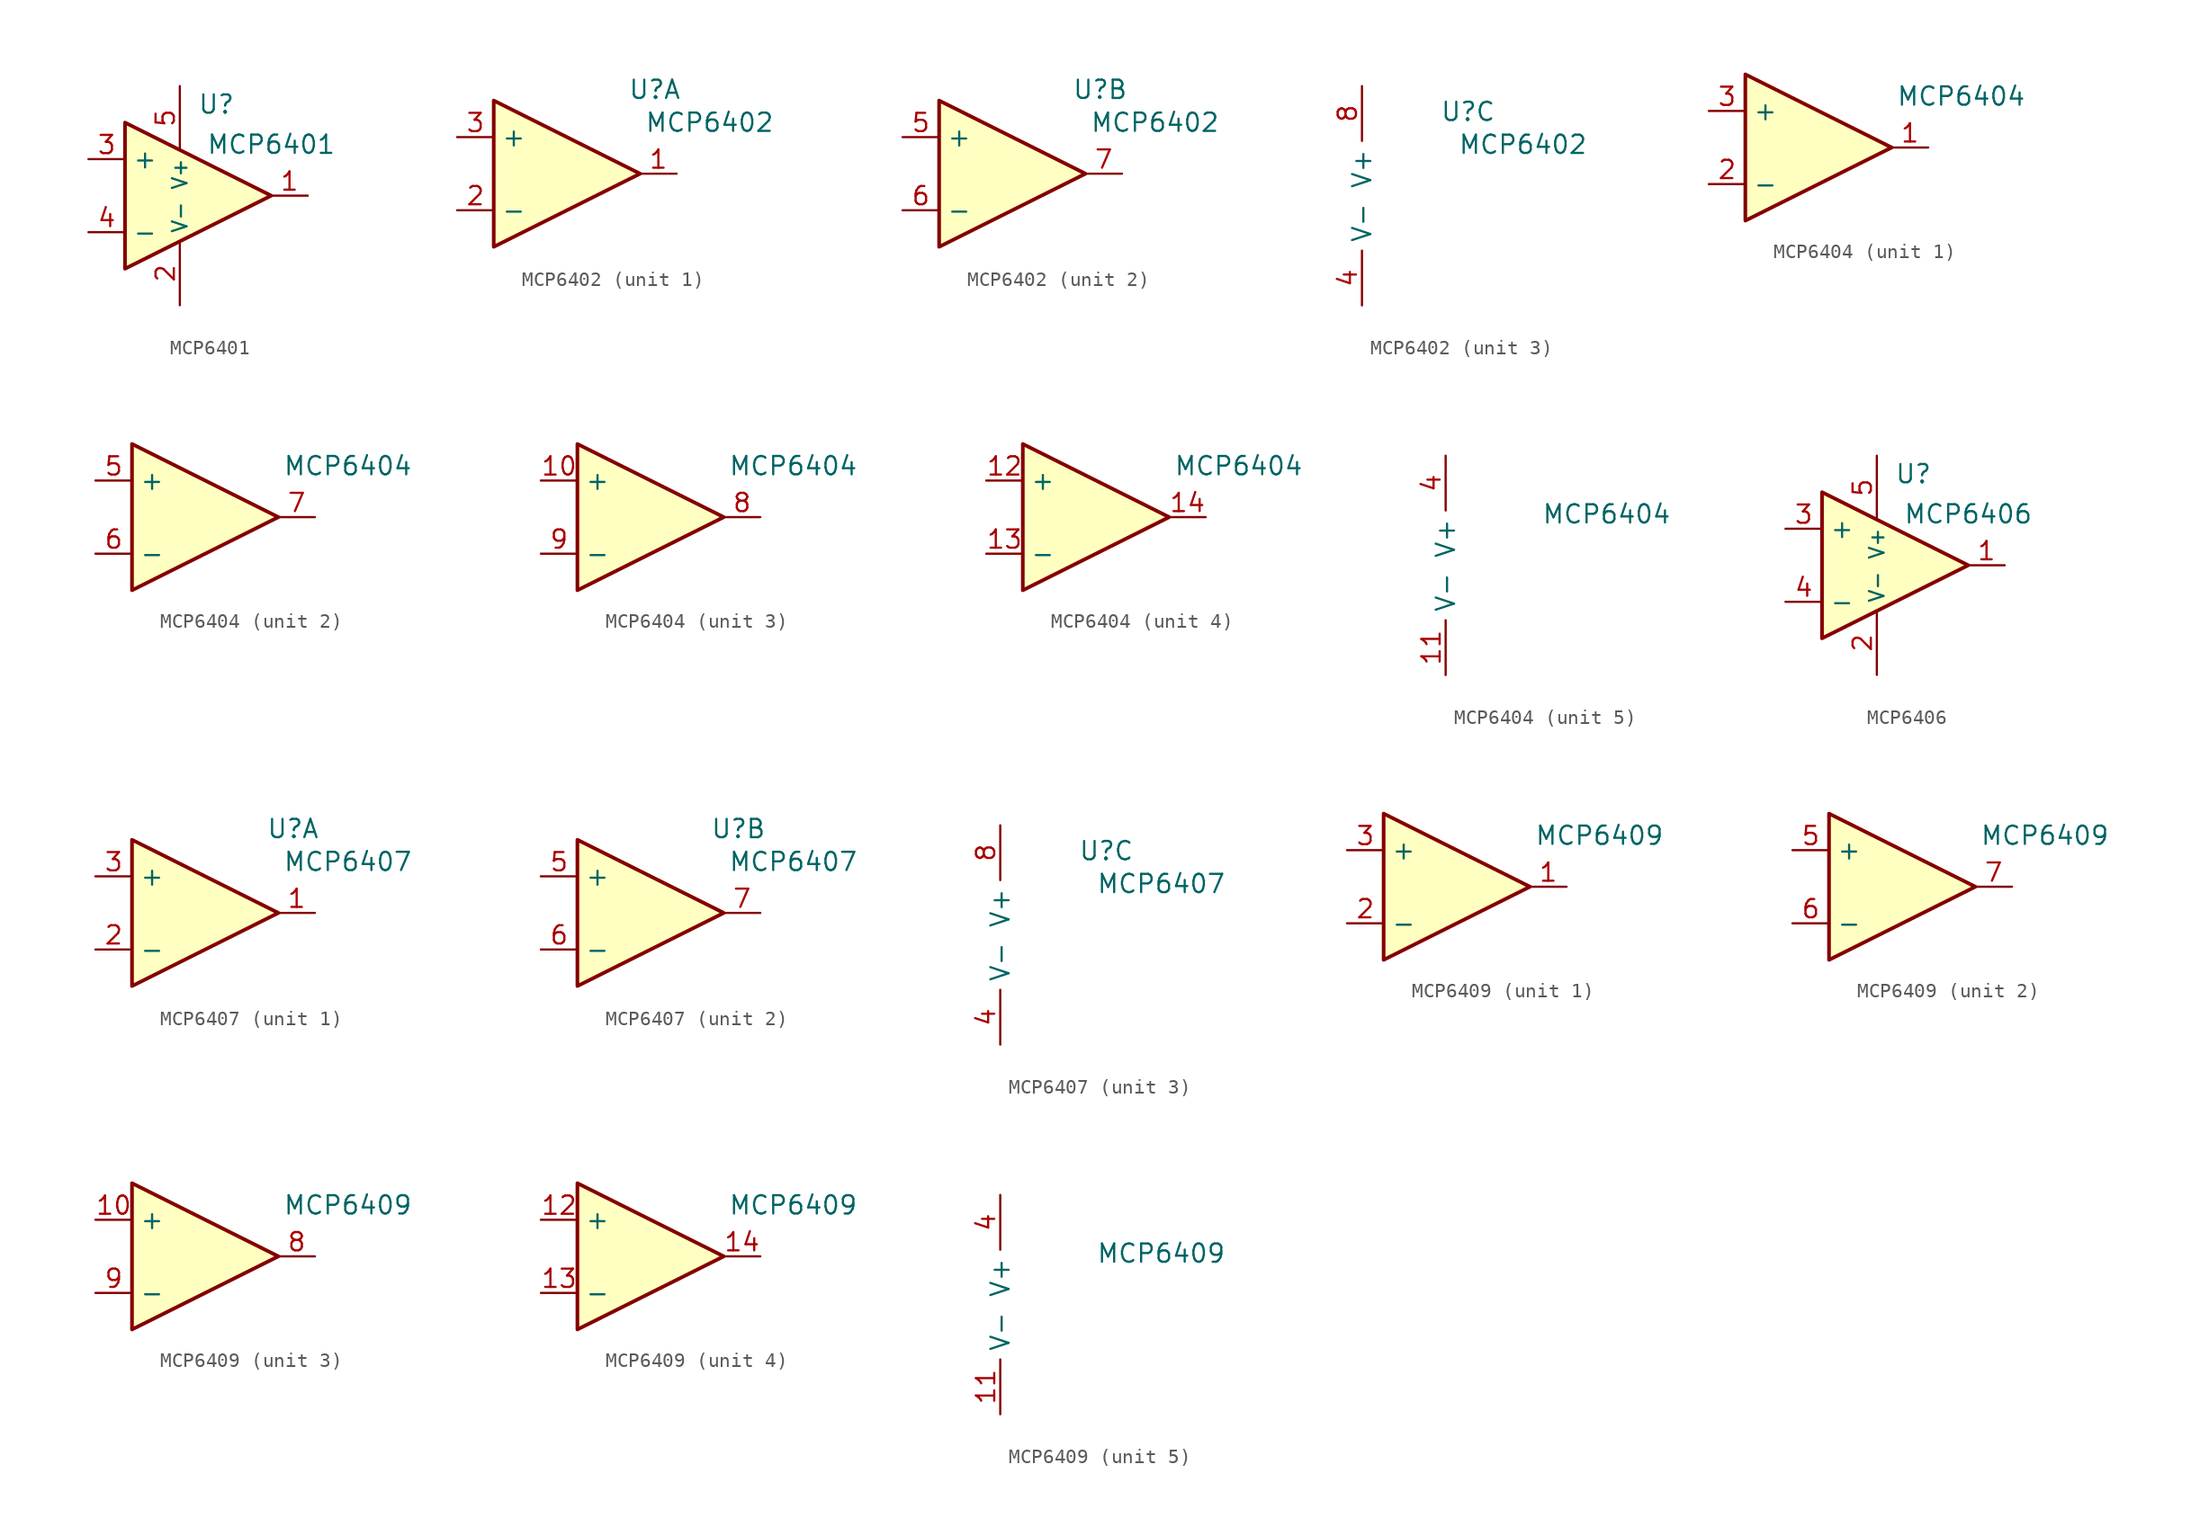
<source format=kicad_sym>
(kicad_symbol_lib
  (version 20241209)
  (generator "kicad_symbol_editor")
  (generator_version "9.0")
  (symbol "MCP6401"
    (property "Reference" "U"
      (at 2.54 6.35 0)
      (effects (font (size 1.27 1.27))))
    (property "Value" "MCP6401"
      (at 6.35 3.556 0)
      (effects (font (size 1.27 1.27))))
    (symbol "MCP6401_0_1"
      (polyline (pts (xy -3.81 5.08) (xy 6.35 0) (xy -3.81 -5.08) (xy -3.81 5.08)) (stroke (width 0.254) (type default)) (fill (type background))))
    (symbol "MCP6401_1_1"
      (pin input line (at -6.35 2.54 0) (length 2.54) (name "+" (effects (font (size 1.27 1.27)))) (number "3" (effects (font (size 1.27 1.27)))))
      (pin input line (at -6.35 -2.54 0) (length 2.54) (name "-" (effects (font (size 1.27 1.27)))) (number "4" (effects (font (size 1.27 1.27)))))
      (pin power_in line (at 0 7.62 270) (length 4.445) (name "V+" (effects (font (size 1.016 1.016)))) (number "5" (effects (font (size 1.27 1.27)))))
      (pin power_in line (at 0 -7.62 90) (length 4.445) (name "V-" (effects (font (size 1.016 1.016)))) (number "2" (effects (font (size 1.27 1.27)))))
      (pin output line (at 8.89 0 180) (length 2.54) (name "~" (effects (font (size 1.27 1.27)))) (number "1" (effects (font (size 1.27 1.27)))))))
  (symbol "MCP6402"
    (property "Reference" "U"
      (at 7.366 5.842 0)
      (effects (font (size 1.27 1.27))))
    (property "Value" "MCP6402"
      (at 11.176 3.556 0)
      (effects (font (size 1.27 1.27))))
    (property "ki_locked" ""
      (at 0 0 0)
      (effects (font (size 1.27 1.27))))
    (symbol "MCP6402_1_1"
      (polyline (pts (xy -3.81 5.08) (xy 6.35 0) (xy -3.81 -5.08) (xy -3.81 5.08)) (stroke (width 0.254) (type default)) (fill (type background)))
      (pin input line (at -6.35 2.54 0) (length 2.54) (name "+" (effects (font (size 1.27 1.27)))) (number "3" (effects (font (size 1.27 1.27)))))
      (pin input line (at -6.35 -2.54 0) (length 2.54) (name "-" (effects (font (size 1.27 1.27)))) (number "2" (effects (font (size 1.27 1.27)))))
      (pin output line (at 8.89 0 180) (length 2.54) (name "~" (effects (font (size 1.27 1.27)))) (number "1" (effects (font (size 1.27 1.27))))))
    (symbol "MCP6402_2_1"
      (polyline (pts (xy -3.81 5.08) (xy 6.35 0) (xy -3.81 -5.08) (xy -3.81 5.08)) (stroke (width 0.254) (type default)) (fill (type background)))
      (pin input line (at -6.35 2.54 0) (length 2.54) (name "+" (effects (font (size 1.27 1.27)))) (number "5" (effects (font (size 1.27 1.27)))))
      (pin input line (at -6.35 -2.54 0) (length 2.54) (name "-" (effects (font (size 1.27 1.27)))) (number "6" (effects (font (size 1.27 1.27)))))
      (pin output line (at 8.89 0 180) (length 2.54) (name "~" (effects (font (size 1.27 1.27)))) (number "7" (effects (font (size 1.27 1.27))))))
    (symbol "MCP6402_3_1"
      (pin power_in line (at 0 7.62 270) (length 3.81) (name "V+" (effects (font (size 1.27 1.27)))) (number "8" (effects (font (size 1.27 1.27)))))
      (pin power_in line (at 0 -7.62 90) (length 3.81) (name "V-" (effects (font (size 1.27 1.27)))) (number "4" (effects (font (size 1.27 1.27)))))))
  (symbol "MCP6404"
    (property "Reference" "U"
      (at 7.366 5.842 0)
      (effects (font (size 1.27 1.27)) (hide yes)))
    (property "Value" "MCP6404"
      (at 11.176 3.556 0)
      (effects (font (size 1.27 1.27))))
    (property "ki_locked" ""
      (at 0 0 0)
      (effects (font (size 1.27 1.27))))
    (symbol "MCP6404_1_1"
      (polyline (pts (xy -3.81 5.08) (xy 6.35 0) (xy -3.81 -5.08) (xy -3.81 5.08)) (stroke (width 0.254) (type default)) (fill (type background)))
      (pin input line (at -6.35 2.54 0) (length 2.54) (name "+" (effects (font (size 1.27 1.27)))) (number "3" (effects (font (size 1.27 1.27)))))
      (pin input line (at -6.35 -2.54 0) (length 2.54) (name "-" (effects (font (size 1.27 1.27)))) (number "2" (effects (font (size 1.27 1.27)))))
      (pin output line (at 8.89 0 180) (length 2.54) (name "~" (effects (font (size 1.27 1.27)))) (number "1" (effects (font (size 1.27 1.27))))))
    (symbol "MCP6404_2_1"
      (polyline (pts (xy -3.81 5.08) (xy 6.35 0) (xy -3.81 -5.08) (xy -3.81 5.08)) (stroke (width 0.254) (type default)) (fill (type background)))
      (pin input line (at -6.35 2.54 0) (length 2.54) (name "+" (effects (font (size 1.27 1.27)))) (number "5" (effects (font (size 1.27 1.27)))))
      (pin input line (at -6.35 -2.54 0) (length 2.54) (name "-" (effects (font (size 1.27 1.27)))) (number "6" (effects (font (size 1.27 1.27)))))
      (pin output line (at 8.89 0 180) (length 2.54) (name "~" (effects (font (size 1.27 1.27)))) (number "7" (effects (font (size 1.27 1.27))))))
    (symbol "MCP6404_3_1"
      (polyline (pts (xy -3.81 5.08) (xy 6.35 0) (xy -3.81 -5.08) (xy -3.81 5.08)) (stroke (width 0.254) (type default)) (fill (type background)))
      (pin input line (at -6.35 2.54 0) (length 2.54) (name "+" (effects (font (size 1.27 1.27)))) (number "10" (effects (font (size 1.27 1.27)))))
      (pin input line (at -6.35 -2.54 0) (length 2.54) (name "-" (effects (font (size 1.27 1.27)))) (number "9" (effects (font (size 1.27 1.27)))))
      (pin output line (at 8.89 0 180) (length 2.54) (name "~" (effects (font (size 1.27 1.27)))) (number "8" (effects (font (size 1.27 1.27))))))
    (symbol "MCP6404_4_1"
      (polyline (pts (xy -3.81 5.08) (xy 6.35 0) (xy -3.81 -5.08) (xy -3.81 5.08)) (stroke (width 0.254) (type default)) (fill (type background)))
      (pin input line (at -6.35 2.54 0) (length 2.54) (name "+" (effects (font (size 1.27 1.27)))) (number "12" (effects (font (size 1.27 1.27)))))
      (pin input line (at -6.35 -2.54 0) (length 2.54) (name "-" (effects (font (size 1.27 1.27)))) (number "13" (effects (font (size 1.27 1.27)))))
      (pin output line (at 8.89 0 180) (length 2.54) (name "~" (effects (font (size 1.27 1.27)))) (number "14" (effects (font (size 1.27 1.27))))))
    (symbol "MCP6404_5_1"
      (pin power_in line (at 0 7.62 270) (length 3.81) (name "V+" (effects (font (size 1.27 1.27)))) (number "4" (effects (font (size 1.27 1.27)))))
      (pin power_in line (at 0 -7.62 90) (length 3.81) (name "V-" (effects (font (size 1.27 1.27)))) (number "11" (effects (font (size 1.27 1.27)))))))
  (symbol "MCP6406"
    (property "Reference" "U"
      (at 2.54 6.35 0)
      (effects (font (size 1.27 1.27))))
    (property "Value" "MCP6406"
      (at 6.35 3.556 0)
      (effects (font (size 1.27 1.27))))
    (symbol "MCP6406_0_1"
      (polyline (pts (xy -3.81 5.08) (xy 6.35 0) (xy -3.81 -5.08) (xy -3.81 5.08)) (stroke (width 0.254) (type default)) (fill (type background))))
    (symbol "MCP6406_1_1"
      (pin input line (at -6.35 2.54 0) (length 2.54) (name "+" (effects (font (size 1.27 1.27)))) (number "3" (effects (font (size 1.27 1.27)))))
      (pin input line (at -6.35 -2.54 0) (length 2.54) (name "-" (effects (font (size 1.27 1.27)))) (number "4" (effects (font (size 1.27 1.27)))))
      (pin power_in line (at 0 7.62 270) (length 4.445) (name "V+" (effects (font (size 1.016 1.016)))) (number "5" (effects (font (size 1.27 1.27)))))
      (pin power_in line (at 0 -7.62 90) (length 4.445) (name "V-" (effects (font (size 1.016 1.016)))) (number "2" (effects (font (size 1.27 1.27)))))
      (pin output line (at 8.89 0 180) (length 2.54) (name "~" (effects (font (size 1.27 1.27)))) (number "1" (effects (font (size 1.27 1.27)))))))
  (symbol "MCP6407"
    (property "Reference" "U"
      (at 7.366 5.842 0)
      (effects (font (size 1.27 1.27))))
    (property "Value" "MCP6407"
      (at 11.176 3.556 0)
      (effects (font (size 1.27 1.27))))
    (property "ki_locked" ""
      (at 0 0 0)
      (effects (font (size 1.27 1.27))))
    (symbol "MCP6407_1_1"
      (polyline (pts (xy -3.81 5.08) (xy 6.35 0) (xy -3.81 -5.08) (xy -3.81 5.08)) (stroke (width 0.254) (type default)) (fill (type background)))
      (pin input line (at -6.35 2.54 0) (length 2.54) (name "+" (effects (font (size 1.27 1.27)))) (number "3" (effects (font (size 1.27 1.27)))))
      (pin input line (at -6.35 -2.54 0) (length 2.54) (name "-" (effects (font (size 1.27 1.27)))) (number "2" (effects (font (size 1.27 1.27)))))
      (pin output line (at 8.89 0 180) (length 2.54) (name "~" (effects (font (size 1.27 1.27)))) (number "1" (effects (font (size 1.27 1.27))))))
    (symbol "MCP6407_2_1"
      (polyline (pts (xy -3.81 5.08) (xy 6.35 0) (xy -3.81 -5.08) (xy -3.81 5.08)) (stroke (width 0.254) (type default)) (fill (type background)))
      (pin input line (at -6.35 2.54 0) (length 2.54) (name "+" (effects (font (size 1.27 1.27)))) (number "5" (effects (font (size 1.27 1.27)))))
      (pin input line (at -6.35 -2.54 0) (length 2.54) (name "-" (effects (font (size 1.27 1.27)))) (number "6" (effects (font (size 1.27 1.27)))))
      (pin output line (at 8.89 0 180) (length 2.54) (name "~" (effects (font (size 1.27 1.27)))) (number "7" (effects (font (size 1.27 1.27))))))
    (symbol "MCP6407_3_1"
      (pin power_in line (at 0 7.62 270) (length 3.81) (name "V+" (effects (font (size 1.27 1.27)))) (number "8" (effects (font (size 1.27 1.27)))))
      (pin power_in line (at 0 -7.62 90) (length 3.81) (name "V-" (effects (font (size 1.27 1.27)))) (number "4" (effects (font (size 1.27 1.27)))))))
  (symbol "MCP6409"
    (property "Reference" "U"
      (at 7.366 5.842 0)
      (effects (font (size 1.27 1.27)) (hide yes)))
    (property "Value" "MCP6409"
      (at 11.176 3.556 0)
      (effects (font (size 1.27 1.27))))
    (property "ki_locked" ""
      (at 0 0 0)
      (effects (font (size 1.27 1.27))))
    (symbol "MCP6409_1_1"
      (polyline (pts (xy -3.81 5.08) (xy 6.35 0) (xy -3.81 -5.08) (xy -3.81 5.08)) (stroke (width 0.254) (type default)) (fill (type background)))
      (pin input line (at -6.35 2.54 0) (length 2.54) (name "+" (effects (font (size 1.27 1.27)))) (number "3" (effects (font (size 1.27 1.27)))))
      (pin input line (at -6.35 -2.54 0) (length 2.54) (name "-" (effects (font (size 1.27 1.27)))) (number "2" (effects (font (size 1.27 1.27)))))
      (pin output line (at 8.89 0 180) (length 2.54) (name "~" (effects (font (size 1.27 1.27)))) (number "1" (effects (font (size 1.27 1.27))))))
    (symbol "MCP6409_2_1"
      (polyline (pts (xy -3.81 5.08) (xy 6.35 0) (xy -3.81 -5.08) (xy -3.81 5.08)) (stroke (width 0.254) (type default)) (fill (type background)))
      (pin input line (at -6.35 2.54 0) (length 2.54) (name "+" (effects (font (size 1.27 1.27)))) (number "5" (effects (font (size 1.27 1.27)))))
      (pin input line (at -6.35 -2.54 0) (length 2.54) (name "-" (effects (font (size 1.27 1.27)))) (number "6" (effects (font (size 1.27 1.27)))))
      (pin output line (at 8.89 0 180) (length 2.54) (name "~" (effects (font (size 1.27 1.27)))) (number "7" (effects (font (size 1.27 1.27))))))
    (symbol "MCP6409_3_1"
      (polyline (pts (xy -3.81 5.08) (xy 6.35 0) (xy -3.81 -5.08) (xy -3.81 5.08)) (stroke (width 0.254) (type default)) (fill (type background)))
      (pin input line (at -6.35 2.54 0) (length 2.54) (name "+" (effects (font (size 1.27 1.27)))) (number "10" (effects (font (size 1.27 1.27)))))
      (pin input line (at -6.35 -2.54 0) (length 2.54) (name "-" (effects (font (size 1.27 1.27)))) (number "9" (effects (font (size 1.27 1.27)))))
      (pin output line (at 8.89 0 180) (length 2.54) (name "~" (effects (font (size 1.27 1.27)))) (number "8" (effects (font (size 1.27 1.27))))))
    (symbol "MCP6409_4_1"
      (polyline (pts (xy -3.81 5.08) (xy 6.35 0) (xy -3.81 -5.08) (xy -3.81 5.08)) (stroke (width 0.254) (type default)) (fill (type background)))
      (pin input line (at -6.35 2.54 0) (length 2.54) (name "+" (effects (font (size 1.27 1.27)))) (number "12" (effects (font (size 1.27 1.27)))))
      (pin input line (at -6.35 -2.54 0) (length 2.54) (name "-" (effects (font (size 1.27 1.27)))) (number "13" (effects (font (size 1.27 1.27)))))
      (pin output line (at 8.89 0 180) (length 2.54) (name "~" (effects (font (size 1.27 1.27)))) (number "14" (effects (font (size 1.27 1.27))))))
    (symbol "MCP6409_5_1"
      (pin power_in line (at 0 7.62 270) (length 3.81) (name "V+" (effects (font (size 1.27 1.27)))) (number "4" (effects (font (size 1.27 1.27)))))
      (pin power_in line (at 0 -7.62 90) (length 3.81) (name "V-" (effects (font (size 1.27 1.27)))) (number "11" (effects (font (size 1.27 1.27))))))))
</source>
